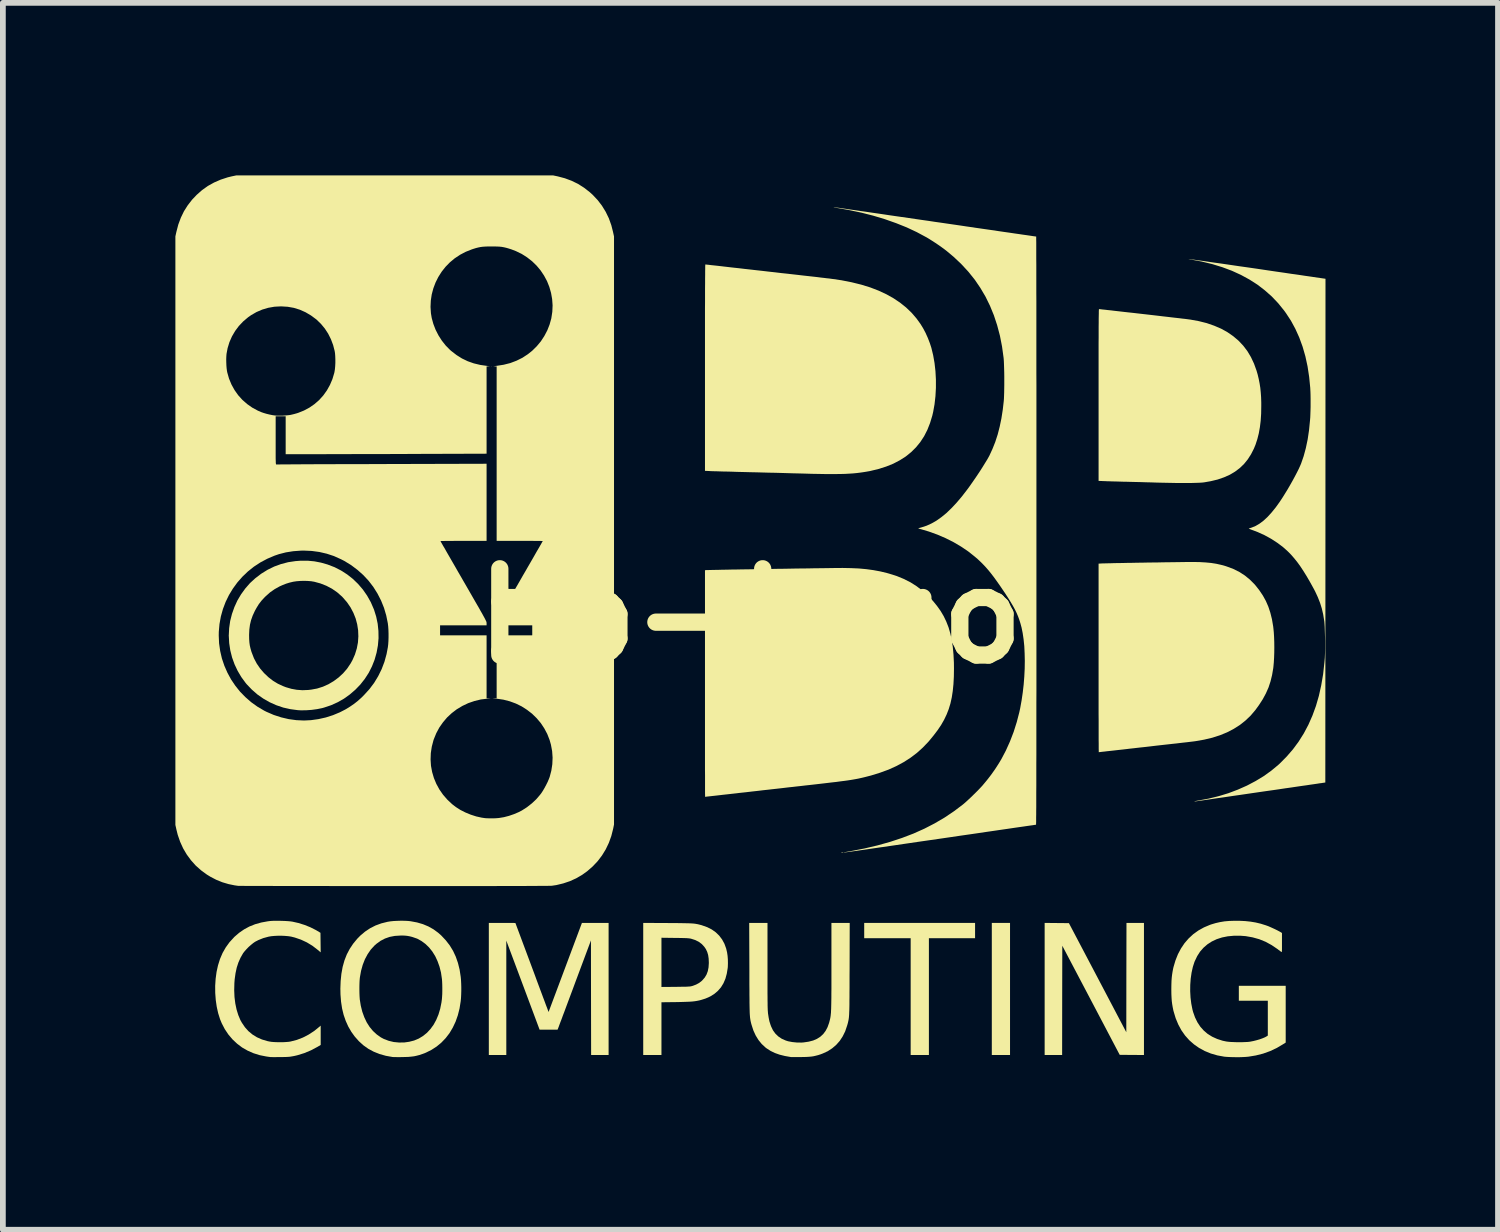
<source format=kicad_pcb>
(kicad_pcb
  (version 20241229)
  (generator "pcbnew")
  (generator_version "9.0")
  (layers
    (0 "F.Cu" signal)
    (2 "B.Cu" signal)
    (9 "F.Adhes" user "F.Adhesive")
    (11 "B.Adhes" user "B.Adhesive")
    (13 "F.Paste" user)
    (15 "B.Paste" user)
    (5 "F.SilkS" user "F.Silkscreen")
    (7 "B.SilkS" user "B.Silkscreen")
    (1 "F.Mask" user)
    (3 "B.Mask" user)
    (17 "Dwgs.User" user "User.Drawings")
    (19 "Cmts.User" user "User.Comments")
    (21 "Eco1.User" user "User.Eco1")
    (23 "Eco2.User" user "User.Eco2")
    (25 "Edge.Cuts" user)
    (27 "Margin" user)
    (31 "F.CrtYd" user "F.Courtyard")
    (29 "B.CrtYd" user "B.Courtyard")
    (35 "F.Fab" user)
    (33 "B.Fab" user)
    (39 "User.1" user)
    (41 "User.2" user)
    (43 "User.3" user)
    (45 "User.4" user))
  (footprint "bb-logo"
    (layer "F.Cu")
    (at 9.999 7.663)
    (property "Reference" "bb-logo" (at 0 0 0) (layer "F.SilkS") (effects (font (size 1.5 1.5) (thickness 0.3))))
    (attr board_only exclude_from_pos_files exclude_from_bom)
    (fp_poly (pts (xy -4.496 -4.344) (xy -4.5 -4.341) (xy -4.503 -4.344) (xy -4.5 -4.348)) (stroke (width 0) (type solid)) (fill yes) (layer "F.SilkS"))
    (fp_poly (pts (xy 1.611 4.116) (xy 1.605 4.12) (xy 1.595 4.121) (xy 1.583 4.12) (xy 1.579 4.119) (xy 1.584 4.116) (xy 1.595 4.113) (xy 1.607 4.113)) (stroke (width 0) (type solid)) (fill yes) (layer "F.SilkS"))
    (fp_poly (pts (xy 4.516 6.486) (xy 4.516 7.634) (xy 4.357 7.634) (xy 4.199 7.634) (xy 4.199 6.486) (xy 4.199 5.337) (xy 4.357 5.337) (xy 4.516 5.337)) (stroke (width 0) (type solid)) (fill yes) (layer "F.SilkS"))
    (fp_poly (pts (xy 3.908 5.47) (xy 3.908 5.603) (xy 3.507 5.603) (xy 3.105 5.603) (xy 3.105 6.618) (xy 3.105 7.634) (xy 2.947 7.634) (xy 2.788 7.634) (xy 2.788 6.618) (xy 2.788 5.603) (xy 2.384 5.603) (xy 1.98 5.603) (xy 1.98 5.47) (xy 1.98 5.337) (xy 2.944 5.337) (xy 3.908 5.337)) (stroke (width 0) (type solid)) (fill yes) (layer "F.SilkS"))
    (fp_poly (pts (xy 5.329 5.339) (xy 5.54 5.341) (xy 6.039 6.289) (xy 6.538 7.238) (xy 6.539 6.288) (xy 6.541 5.337) (xy 6.693 5.337) (xy 6.845 5.337) (xy 6.845 6.486) (xy 6.845 7.634) (xy 6.634 7.633) (xy 6.423 7.631) (xy 5.924 6.682) (xy 5.425 5.734) (xy 5.423 6.684) (xy 5.422 7.634) (xy 5.27 7.634) (xy 5.118 7.634) (xy 5.118 6.486) (xy 5.118 5.337)) (stroke (width 0) (type solid)) (fill yes) (layer "F.SilkS"))
    (fp_poly (pts (xy -2.465 6.486) (xy -2.465 7.634) (xy -2.617 7.634) (xy -2.769 7.634) (xy -2.771 6.638) (xy -2.772 5.641) (xy -3.047 6.377) (xy -3.082 6.472) (xy -3.116 6.563) (xy -3.149 6.651) (xy -3.18 6.734) (xy -3.209 6.812) (xy -3.236 6.885) (xy -3.261 6.95) (xy -3.282 7.008) (xy -3.301 7.057) (xy -3.316 7.097) (xy -3.327 7.127) (xy -3.334 7.147) (xy -3.337 7.154) (xy -3.353 7.194) (xy -3.509 7.194) (xy -3.665 7.194) (xy -3.954 6.42) (xy -4.244 5.645) (xy -4.244 6.64) (xy -4.244 7.634) (xy -4.396 7.634) (xy -4.548 7.634) (xy -4.548 6.486) (xy -4.548 5.337) (xy -4.317 5.337) (xy -4.086 5.338) (xy -3.814 6.067) (xy -3.779 6.161) (xy -3.745 6.252) (xy -3.713 6.34) (xy -3.682 6.423) (xy -3.653 6.501) (xy -3.626 6.573) (xy -3.602 6.638) (xy -3.58 6.696) (xy -3.562 6.745) (xy -3.547 6.785) (xy -3.535 6.815) (xy -3.528 6.835) (xy -3.526 6.841) (xy -3.509 6.886) (xy -3.219 6.112) (xy -2.929 5.337) (xy -2.697 5.337) (xy -2.465 5.337)) (stroke (width 0) (type solid)) (fill yes) (layer "F.SilkS"))
    (fp_poly (pts (xy -1.438 5.339) (xy -1.349 5.34) (xy -1.271 5.34) (xy -1.204 5.341) (xy -1.147 5.342) (xy -1.098 5.343) (xy -1.056 5.344) (xy -1.021 5.346) (xy -0.99 5.348) (xy -0.963 5.351) (xy -0.94 5.355) (xy -0.917 5.359) (xy -0.896 5.364) (xy -0.873 5.37) (xy -0.849 5.376) (xy -0.838 5.38) (xy -0.75 5.411) (xy -0.671 5.451) (xy -0.602 5.5) (xy -0.542 5.558) (xy -0.492 5.624) (xy -0.451 5.699) (xy -0.421 5.781) (xy -0.405 5.849) (xy -0.396 5.908) (xy -0.391 5.973) (xy -0.39 6.04) (xy -0.392 6.103) (xy -0.394 6.122) (xy -0.41 6.22) (xy -0.434 6.308) (xy -0.468 6.387) (xy -0.511 6.457) (xy -0.564 6.518) (xy -0.626 6.571) (xy -0.698 6.616) (xy -0.779 6.652) (xy -0.845 6.673) (xy -0.877 6.682) (xy -0.909 6.689) (xy -0.941 6.695) (xy -0.975 6.7) (xy -1.013 6.704) (xy -1.057 6.707) (xy -1.107 6.709) (xy -1.167 6.711) (xy -1.236 6.713) (xy -1.292 6.714) (xy -1.546 6.717) (xy -1.546 7.176) (xy -1.546 7.634) (xy -1.705 7.634) (xy -1.863 7.634) (xy -1.863 6.485) (xy -1.863 6.023) (xy -1.546 6.023) (xy -1.546 6.451) (xy -1.299 6.449) (xy -1.235 6.448) (xy -1.183 6.447) (xy -1.141 6.447) (xy -1.107 6.446) (xy -1.081 6.444) (xy -1.06 6.443) (xy -1.043 6.441) (xy -1.029 6.439) (xy -1.017 6.435) (xy -1.004 6.432) (xy -1.003 6.432) (xy -0.943 6.409) (xy -0.891 6.381) (xy -0.845 6.345) (xy -0.834 6.334) (xy -0.793 6.287) (xy -0.762 6.235) (xy -0.74 6.176) (xy -0.727 6.11) (xy -0.722 6.036) (xy -0.722 6.027) (xy -0.725 5.957) (xy -0.734 5.896) (xy -0.75 5.842) (xy -0.773 5.793) (xy -0.801 5.752) (xy -0.844 5.705) (xy -0.896 5.666) (xy -0.958 5.635) (xy -1.02 5.615) (xy -1.034 5.611) (xy -1.048 5.608) (xy -1.064 5.606) (xy -1.084 5.604) (xy -1.107 5.602) (xy -1.137 5.601) (xy -1.175 5.6) (xy -1.222 5.599) (xy -1.28 5.598) (xy -1.308 5.598) (xy -1.546 5.595) (xy -1.546 6.023) (xy -1.863 6.023) (xy -1.863 5.337)) (stroke (width 0) (type solid)) (fill yes) (layer "F.SilkS"))
    (fp_poly (pts (xy 6.071 -5.337) (xy 6.092 -5.335) (xy 6.123 -5.331) (xy 6.165 -5.327) (xy 6.215 -5.321) (xy 6.274 -5.315) (xy 6.339 -5.307) (xy 6.411 -5.299) (xy 6.488 -5.29) (xy 6.569 -5.281) (xy 6.653 -5.272) (xy 6.739 -5.262) (xy 6.827 -5.252) (xy 6.915 -5.242) (xy 7.002 -5.232) (xy 7.088 -5.222) (xy 7.171 -5.212) (xy 7.251 -5.203) (xy 7.326 -5.194) (xy 7.396 -5.186) (xy 7.459 -5.179) (xy 7.515 -5.172) (xy 7.562 -5.167) (xy 7.6 -5.162) (xy 7.628 -5.158) (xy 7.645 -5.156) (xy 7.647 -5.156) (xy 7.796 -5.129) (xy 7.936 -5.094) (xy 8.066 -5.049) (xy 8.187 -4.997) (xy 8.297 -4.936) (xy 8.398 -4.866) (xy 8.49 -4.788) (xy 8.572 -4.701) (xy 8.644 -4.606) (xy 8.706 -4.502) (xy 8.759 -4.389) (xy 8.803 -4.267) (xy 8.822 -4.202) (xy 8.841 -4.122) (xy 8.856 -4.046) (xy 8.868 -3.97) (xy 8.876 -3.891) (xy 8.882 -3.808) (xy 8.885 -3.716) (xy 8.885 -3.652) (xy 8.883 -3.519) (xy 8.875 -3.396) (xy 8.861 -3.282) (xy 8.842 -3.176) (xy 8.817 -3.077) (xy 8.786 -2.982) (xy 8.757 -2.911) (xy 8.707 -2.813) (xy 8.65 -2.724) (xy 8.585 -2.644) (xy 8.511 -2.573) (xy 8.429 -2.511) (xy 8.338 -2.457) (xy 8.237 -2.412) (xy 8.127 -2.374) (xy 8.007 -2.345) (xy 7.893 -2.325) (xy 7.858 -2.321) (xy 7.811 -2.318) (xy 7.753 -2.316) (xy 7.685 -2.314) (xy 7.608 -2.313) (xy 7.523 -2.313) (xy 7.432 -2.313) (xy 7.335 -2.315) (xy 7.233 -2.317) (xy 7.13 -2.319) (xy 7.054 -2.321) (xy 6.969 -2.324) (xy 6.879 -2.326) (xy 6.787 -2.329) (xy 6.697 -2.331) (xy 6.613 -2.333) (xy 6.544 -2.335) (xy 6.48 -2.336) (xy 6.415 -2.338) (xy 6.353 -2.34) (xy 6.295 -2.341) (xy 6.244 -2.343) (xy 6.2 -2.344) (xy 6.167 -2.346) (xy 6.154 -2.346) (xy 6.056 -2.35) (xy 6.056 -3.844) (xy 6.056 -4.024) (xy 6.056 -4.192) (xy 6.056 -4.348) (xy 6.056 -4.491) (xy 6.056 -4.622) (xy 6.056 -4.741) (xy 6.057 -4.849) (xy 6.057 -4.945) (xy 6.057 -5.03) (xy 6.058 -5.104) (xy 6.058 -5.168) (xy 6.059 -5.221) (xy 6.06 -5.264) (xy 6.06 -5.297) (xy 6.061 -5.32) (xy 6.062 -5.333) (xy 6.063 -5.337)) (stroke (width 0) (type solid)) (fill yes) (layer "F.SilkS"))
    (fp_poly (pts (xy 7.813 -0.938) (xy 7.916 -0.932) (xy 8.012 -0.923) (xy 8.101 -0.909) (xy 8.186 -0.89) (xy 8.269 -0.867) (xy 8.289 -0.86) (xy 8.401 -0.818) (xy 8.504 -0.766) (xy 8.599 -0.705) (xy 8.686 -0.634) (xy 8.767 -0.553) (xy 8.781 -0.537) (xy 8.852 -0.447) (xy 8.913 -0.356) (xy 8.965 -0.262) (xy 9.008 -0.163) (xy 9.043 -0.057) (xy 9.071 0.056) (xy 9.092 0.179) (xy 9.096 0.212) (xy 9.103 0.284) (xy 9.108 0.365) (xy 9.111 0.453) (xy 9.112 0.544) (xy 9.111 0.637) (xy 9.108 0.726) (xy 9.103 0.81) (xy 9.096 0.886) (xy 9.093 0.91) (xy 9.073 1.027) (xy 9.046 1.137) (xy 9.011 1.243) (xy 8.966 1.345) (xy 8.911 1.447) (xy 8.845 1.549) (xy 8.781 1.637) (xy 8.7 1.732) (xy 8.611 1.817) (xy 8.514 1.894) (xy 8.407 1.962) (xy 8.292 2.022) (xy 8.168 2.073) (xy 8.034 2.116) (xy 7.891 2.15) (xy 7.737 2.177) (xy 7.735 2.177) (xy 7.714 2.18) (xy 7.681 2.184) (xy 7.639 2.189) (xy 7.59 2.195) (xy 7.534 2.201) (xy 7.473 2.208) (xy 7.409 2.216) (xy 7.35 2.222) (xy 7.288 2.229) (xy 7.216 2.237) (xy 7.135 2.246) (xy 7.047 2.256) (xy 6.955 2.267) (xy 6.86 2.278) (xy 6.765 2.288) (xy 6.671 2.299) (xy 6.58 2.309) (xy 6.549 2.313) (xy 6.471 2.322) (xy 6.397 2.33) (xy 6.328 2.338) (xy 6.264 2.345) (xy 6.207 2.351) (xy 6.158 2.357) (xy 6.118 2.361) (xy 6.087 2.365) (xy 6.067 2.367) (xy 6.059 2.368) (xy 6.059 2.368) (xy 6.059 2.362) (xy 6.059 2.343) (xy 6.058 2.312) (xy 6.058 2.27) (xy 6.058 2.217) (xy 6.057 2.155) (xy 6.057 2.082) (xy 6.057 2) (xy 6.057 1.91) (xy 6.057 1.812) (xy 6.056 1.706) (xy 6.056 1.593) (xy 6.056 1.474) (xy 6.056 1.349) (xy 6.056 1.218) (xy 6.056 1.083) (xy 6.056 0.944) (xy 6.056 0.801) (xy 6.056 0.728) (xy 6.056 -0.911) (xy 6.128 -0.915) (xy 6.148 -0.915) (xy 6.179 -0.916) (xy 6.22 -0.917) (xy 6.272 -0.918) (xy 6.332 -0.92) (xy 6.4 -0.921) (xy 6.475 -0.922) (xy 6.555 -0.924) (xy 6.639 -0.925) (xy 6.727 -0.927) (xy 6.817 -0.928) (xy 6.909 -0.93) (xy 7 -0.931) (xy 7.091 -0.932) (xy 7.18 -0.934) (xy 7.266 -0.935) (xy 7.347 -0.936) (xy 7.424 -0.937) (xy 7.495 -0.938) (xy 7.558 -0.939) (xy 7.613 -0.939) (xy 7.658 -0.94) (xy 7.694 -0.94) (xy 7.699 -0.94)) (stroke (width 0) (type solid)) (fill yes) (layer "F.SilkS"))
    (fp_poly (pts (xy -8.154 5.301) (xy -8.098 5.303) (xy -8.045 5.306) (xy -8 5.31) (xy -7.964 5.315) (xy -7.858 5.339) (xy -7.753 5.372) (xy -7.653 5.412) (xy -7.56 5.459) (xy -7.544 5.468) (xy -7.476 5.509) (xy -7.474 5.679) (xy -7.472 5.849) (xy -7.523 5.806) (xy -7.615 5.735) (xy -7.712 5.676) (xy -7.815 5.628) (xy -7.923 5.591) (xy -7.987 5.575) (xy -8.033 5.568) (xy -8.089 5.563) (xy -8.15 5.56) (xy -8.213 5.56) (xy -8.275 5.563) (xy -8.331 5.568) (xy -8.378 5.576) (xy -8.47 5.601) (xy -8.555 5.635) (xy -8.613 5.665) (xy -8.646 5.688) (xy -8.684 5.719) (xy -8.724 5.754) (xy -8.761 5.792) (xy -8.794 5.829) (xy -8.82 5.862) (xy -8.822 5.865) (xy -8.866 5.942) (xy -8.903 6.025) (xy -8.932 6.114) (xy -8.953 6.211) (xy -8.968 6.318) (xy -8.973 6.386) (xy -8.976 6.509) (xy -8.971 6.626) (xy -8.957 6.738) (xy -8.935 6.843) (xy -8.905 6.94) (xy -8.868 7.028) (xy -8.842 7.074) (xy -8.789 7.152) (xy -8.728 7.22) (xy -8.658 7.278) (xy -8.58 7.326) (xy -8.494 7.364) (xy -8.4 7.392) (xy -8.367 7.399) (xy -8.33 7.405) (xy -8.283 7.409) (xy -8.231 7.411) (xy -8.175 7.411) (xy -8.12 7.411) (xy -8.068 7.408) (xy -8.023 7.404) (xy -7.994 7.399) (xy -7.886 7.371) (xy -7.78 7.33) (xy -7.68 7.278) (xy -7.585 7.216) (xy -7.524 7.167) (xy -7.472 7.123) (xy -7.472 7.291) (xy -7.472 7.459) (xy -7.527 7.492) (xy -7.64 7.552) (xy -7.757 7.601) (xy -7.88 7.639) (xy -7.932 7.651) (xy -7.959 7.656) (xy -7.983 7.66) (xy -8.007 7.664) (xy -8.033 7.666) (xy -8.063 7.668) (xy -8.1 7.669) (xy -8.147 7.67) (xy -8.174 7.67) (xy -8.22 7.67) (xy -8.261 7.671) (xy -8.298 7.671) (xy -8.326 7.67) (xy -8.345 7.67) (xy -8.352 7.669) (xy -8.367 7.667) (xy -8.389 7.664) (xy -8.415 7.66) (xy -8.417 7.66) (xy -8.532 7.637) (xy -8.641 7.603) (xy -8.743 7.558) (xy -8.839 7.503) (xy -8.926 7.437) (xy -9.006 7.362) (xy -9.078 7.277) (xy -9.14 7.184) (xy -9.193 7.082) (xy -9.222 7.012) (xy -9.255 6.907) (xy -9.28 6.795) (xy -9.297 6.677) (xy -9.306 6.555) (xy -9.307 6.432) (xy -9.299 6.309) (xy -9.283 6.19) (xy -9.258 6.076) (xy -9.223 5.964) (xy -9.178 5.859) (xy -9.123 5.763) (xy -9.058 5.673) (xy -8.982 5.59) (xy -8.974 5.581) (xy -8.892 5.51) (xy -8.805 5.45) (xy -8.713 5.4) (xy -8.613 5.36) (xy -8.506 5.33) (xy -8.391 5.309) (xy -8.352 5.304) (xy -8.312 5.301) (xy -8.264 5.3) (xy -8.21 5.3)) (stroke (width 0) (type solid)) (fill yes) (layer "F.SilkS"))
    (fp_poly (pts (xy -0.775 -6.113) (xy -0.756 -6.111) (xy -0.726 -6.108) (xy -0.687 -6.103) (xy -0.639 -6.098) (xy -0.583 -6.092) (xy -0.521 -6.085) (xy -0.454 -6.077) (xy -0.383 -6.069) (xy -0.351 -6.065) (xy -0.279 -6.057) (xy -0.195 -6.048) (xy -0.103 -6.037) (xy -0.003 -6.026) (xy 0.102 -6.014) (xy 0.211 -6.002) (xy 0.321 -5.989) (xy 0.431 -5.977) (xy 0.539 -5.964) (xy 0.644 -5.953) (xy 0.705 -5.946) (xy 0.82 -5.933) (xy 0.922 -5.921) (xy 1.013 -5.911) (xy 1.094 -5.902) (xy 1.165 -5.894) (xy 1.227 -5.886) (xy 1.281 -5.88) (xy 1.328 -5.874) (xy 1.369 -5.87) (xy 1.404 -5.865) (xy 1.435 -5.861) (xy 1.462 -5.858) (xy 1.485 -5.855) (xy 1.506 -5.851) (xy 1.526 -5.848) (xy 1.545 -5.845) (xy 1.564 -5.842) (xy 1.585 -5.839) (xy 1.585 -5.839) (xy 1.762 -5.804) (xy 1.928 -5.763) (xy 2.084 -5.715) (xy 2.229 -5.659) (xy 2.363 -5.597) (xy 2.488 -5.527) (xy 2.603 -5.45) (xy 2.708 -5.366) (xy 2.804 -5.274) (xy 2.89 -5.174) (xy 2.958 -5.08) (xy 3.003 -5.007) (xy 3.047 -4.924) (xy 3.087 -4.835) (xy 3.122 -4.744) (xy 3.148 -4.664) (xy 3.179 -4.536) (xy 3.203 -4.4) (xy 3.219 -4.258) (xy 3.227 -4.113) (xy 3.227 -3.967) (xy 3.219 -3.823) (xy 3.203 -3.682) (xy 3.179 -3.548) (xy 3.164 -3.484) (xy 3.125 -3.356) (xy 3.078 -3.237) (xy 3.022 -3.127) (xy 2.956 -3.026) (xy 2.881 -2.934) (xy 2.796 -2.85) (xy 2.702 -2.774) (xy 2.598 -2.708) (xy 2.485 -2.649) (xy 2.361 -2.599) (xy 2.228 -2.557) (xy 2.084 -2.522) (xy 2.074 -2.52) (xy 2.017 -2.51) (xy 1.961 -2.501) (xy 1.904 -2.493) (xy 1.846 -2.486) (xy 1.784 -2.48) (xy 1.719 -2.476) (xy 1.649 -2.472) (xy 1.573 -2.47) (xy 1.49 -2.469) (xy 1.4 -2.469) (xy 1.301 -2.469) (xy 1.192 -2.471) (xy 1.072 -2.473) (xy 0.941 -2.477) (xy 0.906 -2.478) (xy 0.828 -2.48) (xy 0.739 -2.482) (xy 0.642 -2.485) (xy 0.539 -2.488) (xy 0.432 -2.491) (xy 0.322 -2.493) (xy 0.213 -2.496) (xy 0.106 -2.499) (xy 0.004 -2.501) (xy -0.068 -2.503) (xy -0.153 -2.505) (xy -0.237 -2.507) (xy -0.317 -2.51) (xy -0.393 -2.512) (xy -0.464 -2.513) (xy -0.528 -2.515) (xy -0.584 -2.517) (xy -0.631 -2.518) (xy -0.669 -2.519) (xy -0.695 -2.52) (xy -0.704 -2.521) (xy -0.789 -2.525) (xy -0.789 -4.319) (xy -0.789 -4.522) (xy -0.789 -4.713) (xy -0.789 -4.891) (xy -0.789 -5.056) (xy -0.789 -5.208) (xy -0.789 -5.349) (xy -0.788 -5.477) (xy -0.788 -5.593) (xy -0.788 -5.697) (xy -0.787 -5.789) (xy -0.787 -5.869) (xy -0.786 -5.938) (xy -0.786 -5.995) (xy -0.785 -6.041) (xy -0.785 -6.076) (xy -0.784 -6.099) (xy -0.783 -6.112) (xy -0.783 -6.114)) (stroke (width 0) (type solid)) (fill yes) (layer "F.SilkS"))
    (fp_poly (pts (xy 0.298 6.083) (xy 0.298 6.202) (xy 0.298 6.308) (xy 0.298 6.403) (xy 0.298 6.487) (xy 0.298 6.561) (xy 0.299 6.626) (xy 0.299 6.683) (xy 0.3 6.731) (xy 0.3 6.773) (xy 0.301 6.808) (xy 0.302 6.837) (xy 0.303 6.861) (xy 0.305 6.882) (xy 0.306 6.899) (xy 0.307 6.91) (xy 0.318 6.982) (xy 0.331 7.047) (xy 0.35 7.107) (xy 0.361 7.137) (xy 0.393 7.204) (xy 0.435 7.262) (xy 0.487 7.312) (xy 0.547 7.352) (xy 0.615 7.382) (xy 0.656 7.395) (xy 0.73 7.409) (xy 0.809 7.417) (xy 0.888 7.418) (xy 0.928 7.415) (xy 1.015 7.402) (xy 1.092 7.382) (xy 1.159 7.353) (xy 1.217 7.316) (xy 1.267 7.27) (xy 1.309 7.214) (xy 1.343 7.149) (xy 1.37 7.073) (xy 1.378 7.042) (xy 1.383 7.023) (xy 1.387 7.005) (xy 1.391 6.987) (xy 1.394 6.968) (xy 1.397 6.947) (xy 1.399 6.924) (xy 1.402 6.898) (xy 1.403 6.868) (xy 1.405 6.833) (xy 1.406 6.793) (xy 1.407 6.747) (xy 1.408 6.693) (xy 1.409 6.632) (xy 1.409 6.563) (xy 1.41 6.484) (xy 1.41 6.396) (xy 1.41 6.296) (xy 1.41 6.185) (xy 1.41 6.086) (xy 1.41 5.337) (xy 1.569 5.337) (xy 1.728 5.337) (xy 1.726 6.132) (xy 1.725 6.253) (xy 1.725 6.363) (xy 1.725 6.461) (xy 1.724 6.548) (xy 1.724 6.625) (xy 1.723 6.693) (xy 1.723 6.753) (xy 1.722 6.806) (xy 1.721 6.851) (xy 1.719 6.89) (xy 1.718 6.924) (xy 1.716 6.954) (xy 1.714 6.979) (xy 1.711 7.002) (xy 1.708 7.022) (xy 1.704 7.041) (xy 1.7 7.059) (xy 1.696 7.077) (xy 1.691 7.095) (xy 1.685 7.116) (xy 1.681 7.128) (xy 1.649 7.223) (xy 1.606 7.31) (xy 1.555 7.388) (xy 1.494 7.457) (xy 1.424 7.517) (xy 1.346 7.568) (xy 1.259 7.608) (xy 1.222 7.622) (xy 1.179 7.636) (xy 1.14 7.646) (xy 1.102 7.655) (xy 1.063 7.661) (xy 1.019 7.665) (xy 0.969 7.668) (xy 0.91 7.669) (xy 0.88 7.67) (xy 0.835 7.67) (xy 0.793 7.67) (xy 0.757 7.67) (xy 0.728 7.67) (xy 0.709 7.67) (xy 0.702 7.669) (xy 0.6 7.651) (xy 0.508 7.628) (xy 0.426 7.599) (xy 0.352 7.563) (xy 0.285 7.52) (xy 0.26 7.501) (xy 0.197 7.442) (xy 0.141 7.373) (xy 0.093 7.295) (xy 0.053 7.208) (xy 0.023 7.115) (xy 0.017 7.095) (xy 0.012 7.076) (xy 0.008 7.059) (xy 0.004 7.042) (xy 0.001 7.025) (xy -0.002 7.006) (xy -0.005 6.985) (xy -0.007 6.962) (xy -0.009 6.935) (xy -0.011 6.903) (xy -0.012 6.867) (xy -0.013 6.825) (xy -0.014 6.777) (xy -0.015 6.721) (xy -0.015 6.657) (xy -0.016 6.584) (xy -0.016 6.502) (xy -0.017 6.409) (xy -0.017 6.305) (xy -0.017 6.19) (xy -0.017 6.135) (xy -0.02 5.337) (xy 0.139 5.337) (xy 0.298 5.337)) (stroke (width 0) (type solid)) (fill yes) (layer "F.SilkS"))
    (fp_poly (pts (xy -7.698 -0.962) (xy -7.582 -0.951) (xy -7.468 -0.929) (xy -7.352 -0.896) (xy -7.35 -0.895) (xy -7.23 -0.849) (xy -7.117 -0.791) (xy -7.011 -0.723) (xy -6.912 -0.645) (xy -6.821 -0.557) (xy -6.738 -0.46) (xy -6.665 -0.355) (xy -6.601 -0.241) (xy -6.596 -0.23) (xy -6.545 -0.112) (xy -6.507 0.01) (xy -6.481 0.134) (xy -6.468 0.259) (xy -6.466 0.386) (xy -6.477 0.512) (xy -6.5 0.637) (xy -6.535 0.761) (xy -6.58 0.875) (xy -6.637 0.988) (xy -6.705 1.093) (xy -6.783 1.192) (xy -6.87 1.282) (xy -6.965 1.364) (xy -7.067 1.437) (xy -7.176 1.499) (xy -7.291 1.551) (xy -7.41 1.591) (xy -7.445 1.601) (xy -7.533 1.619) (xy -7.628 1.632) (xy -7.724 1.639) (xy -7.818 1.64) (xy -7.87 1.637) (xy -7.998 1.62) (xy -8.123 1.592) (xy -8.244 1.551) (xy -8.36 1.499) (xy -8.47 1.436) (xy -8.574 1.363) (xy -8.67 1.279) (xy -8.759 1.186) (xy -8.778 1.163) (xy -8.852 1.062) (xy -8.916 0.954) (xy -8.97 0.84) (xy -9.013 0.721) (xy -9.044 0.598) (xy -9.063 0.473) (xy -9.07 0.348) (xy -9.071 0.341) (xy -9.07 0.333) (xy -8.717 0.333) (xy -8.716 0.4) (xy -8.712 0.458) (xy -8.705 0.511) (xy -8.693 0.563) (xy -8.677 0.619) (xy -8.672 0.633) (xy -8.633 0.734) (xy -8.584 0.827) (xy -8.525 0.913) (xy -8.457 0.992) (xy -8.38 1.065) (xy -8.301 1.126) (xy -8.217 1.177) (xy -8.126 1.219) (xy -8.077 1.238) (xy -7.981 1.266) (xy -7.887 1.283) (xy -7.79 1.29) (xy -7.689 1.286) (xy -7.637 1.28) (xy -7.534 1.261) (xy -7.433 1.229) (xy -7.337 1.186) (xy -7.246 1.132) (xy -7.161 1.069) (xy -7.083 0.997) (xy -7.013 0.916) (xy -6.953 0.827) (xy -6.92 0.768) (xy -6.876 0.668) (xy -6.844 0.564) (xy -6.824 0.459) (xy -6.817 0.354) (xy -6.821 0.249) (xy -6.837 0.145) (xy -6.864 0.043) (xy -6.903 -0.055) (xy -6.953 -0.15) (xy -7.014 -0.239) (xy -7.086 -0.322) (xy -7.102 -0.339) (xy -7.185 -0.412) (xy -7.276 -0.475) (xy -7.373 -0.526) (xy -7.477 -0.567) (xy -7.584 -0.596) (xy -7.637 -0.605) (xy -7.698 -0.61) (xy -7.764 -0.612) (xy -7.829 -0.61) (xy -7.891 -0.605) (xy -7.945 -0.597) (xy -7.951 -0.596) (xy -8.017 -0.58) (xy -8.075 -0.562) (xy -8.131 -0.54) (xy -8.187 -0.515) (xy -8.273 -0.467) (xy -8.352 -0.412) (xy -8.427 -0.345) (xy -8.44 -0.333) (xy -8.498 -0.271) (xy -8.547 -0.208) (xy -8.589 -0.14) (xy -8.617 -0.089) (xy -8.655 -0.007) (xy -8.683 0.072) (xy -8.702 0.151) (xy -8.713 0.235) (xy -8.717 0.326) (xy -8.717 0.333) (xy -9.07 0.333) (xy -9.064 0.212) (xy -9.046 0.086) (xy -9.015 -0.036) (xy -8.973 -0.155) (xy -8.921 -0.269) (xy -8.857 -0.377) (xy -8.784 -0.478) (xy -8.701 -0.573) (xy -8.608 -0.658) (xy -8.507 -0.735) (xy -8.504 -0.737) (xy -8.394 -0.805) (xy -8.279 -0.861) (xy -8.161 -0.904) (xy -8.038 -0.936) (xy -7.911 -0.955) (xy -7.819 -0.962)) (stroke (width 0) (type solid)) (fill yes) (layer "F.SilkS"))
    (fp_poly (pts (xy 1.749 -0.833) (xy 1.887 -0.827) (xy 2.017 -0.815) (xy 2.14 -0.798) (xy 2.259 -0.776) (xy 2.375 -0.748) (xy 2.414 -0.737) (xy 2.547 -0.695) (xy 2.67 -0.644) (xy 2.785 -0.586) (xy 2.892 -0.518) (xy 2.993 -0.441) (xy 3.09 -0.353) (xy 3.096 -0.346) (xy 3.176 -0.262) (xy 3.246 -0.176) (xy 3.308 -0.089) (xy 3.362 0.002) (xy 3.408 0.098) (xy 3.447 0.198) (xy 3.478 0.305) (xy 3.503 0.419) (xy 3.521 0.541) (xy 3.533 0.673) (xy 3.54 0.814) (xy 3.541 0.915) (xy 3.539 1.055) (xy 3.532 1.184) (xy 3.52 1.304) (xy 3.503 1.415) (xy 3.48 1.519) (xy 3.45 1.618) (xy 3.413 1.713) (xy 3.369 1.805) (xy 3.317 1.896) (xy 3.256 1.986) (xy 3.186 2.078) (xy 3.108 2.173) (xy 3.095 2.188) (xy 2.999 2.288) (xy 2.897 2.38) (xy 2.786 2.464) (xy 2.668 2.54) (xy 2.54 2.609) (xy 2.403 2.671) (xy 2.255 2.725) (xy 2.097 2.774) (xy 2.042 2.788) (xy 2 2.799) (xy 1.959 2.809) (xy 1.919 2.818) (xy 1.879 2.827) (xy 1.837 2.835) (xy 1.792 2.843) (xy 1.744 2.851) (xy 1.692 2.859) (xy 1.634 2.867) (xy 1.569 2.875) (xy 1.496 2.885) (xy 1.415 2.894) (xy 1.323 2.905) (xy 1.221 2.917) (xy 1.126 2.928) (xy 1.037 2.938) (xy 0.954 2.947) (xy 0.878 2.956) (xy 0.805 2.964) (xy 0.736 2.972) (xy 0.668 2.979) (xy 0.601 2.987) (xy 0.533 2.995) (xy 0.463 3.003) (xy 0.39 3.011) (xy 0.311 3.02) (xy 0.227 3.029) (xy 0.136 3.04) (xy 0.036 3.051) (xy -0.074 3.064) (xy -0.195 3.077) (xy -0.243 3.083) (xy -0.325 3.092) (xy -0.404 3.101) (xy -0.478 3.109) (xy -0.546 3.117) (xy -0.607 3.124) (xy -0.662 3.13) (xy -0.707 3.135) (xy -0.744 3.139) (xy -0.769 3.142) (xy -0.784 3.144) (xy -0.787 3.144) (xy -0.787 3.138) (xy -0.787 3.119) (xy -0.788 3.088) (xy -0.788 3.046) (xy -0.788 2.993) (xy -0.788 2.929) (xy -0.788 2.856) (xy -0.788 2.773) (xy -0.789 2.681) (xy -0.789 2.58) (xy -0.789 2.472) (xy -0.789 2.356) (xy -0.789 2.233) (xy -0.789 2.103) (xy -0.789 1.968) (xy -0.789 1.827) (xy -0.789 1.681) (xy -0.789 1.531) (xy -0.789 1.376) (xy -0.789 1.218) (xy -0.789 1.174) (xy -0.789 -0.796) (xy -0.775 -0.798) (xy -0.766 -0.799) (xy -0.746 -0.799) (xy -0.714 -0.8) (xy -0.672 -0.801) (xy -0.62 -0.802) (xy -0.558 -0.803) (xy -0.489 -0.805) (xy -0.412 -0.806) (xy -0.329 -0.808) (xy -0.239 -0.809) (xy -0.145 -0.811) (xy -0.046 -0.812) (xy 0.056 -0.814) (xy 0.161 -0.816) (xy 0.267 -0.817) (xy 0.375 -0.819) (xy 0.484 -0.821) (xy 0.591 -0.822) (xy 0.698 -0.824) (xy 0.803 -0.826) (xy 0.904 -0.827) (xy 1.003 -0.828) (xy 1.097 -0.83) (xy 1.185 -0.831) (xy 1.268 -0.832) (xy 1.344 -0.833) (xy 1.412 -0.834) (xy 1.473 -0.835) (xy 1.524 -0.835) (xy 1.565 -0.835) (xy 1.595 -0.836) (xy 1.601 -0.836)) (stroke (width 0) (type solid)) (fill yes) (layer "F.SilkS"))
    (fp_poly (pts (xy 8.503 5.3) (xy 8.606 5.305) (xy 8.7 5.315) (xy 8.789 5.33) (xy 8.877 5.351) (xy 8.966 5.379) (xy 8.977 5.383) (xy 9.005 5.393) (xy 9.04 5.408) (xy 9.08 5.426) (xy 9.121 5.445) (xy 9.16 5.464) (xy 9.194 5.482) (xy 9.22 5.496) (xy 9.224 5.499) (xy 9.245 5.512) (xy 9.245 5.681) (xy 9.245 5.732) (xy 9.245 5.772) (xy 9.245 5.801) (xy 9.244 5.821) (xy 9.243 5.834) (xy 9.241 5.841) (xy 9.238 5.844) (xy 9.235 5.843) (xy 9.233 5.841) (xy 9.223 5.834) (xy 9.206 5.82) (xy 9.183 5.804) (xy 9.168 5.792) (xy 9.066 5.723) (xy 8.96 5.665) (xy 8.849 5.62) (xy 8.734 5.588) (xy 8.615 5.567) (xy 8.524 5.56) (xy 8.409 5.56) (xy 8.302 5.57) (xy 8.202 5.59) (xy 8.11 5.62) (xy 8.025 5.66) (xy 7.949 5.709) (xy 7.881 5.768) (xy 7.821 5.836) (xy 7.771 5.914) (xy 7.73 6) (xy 7.724 6.013) (xy 7.695 6.103) (xy 7.673 6.202) (xy 7.658 6.306) (xy 7.65 6.415) (xy 7.649 6.525) (xy 7.655 6.635) (xy 7.668 6.741) (xy 7.688 6.842) (xy 7.699 6.884) (xy 7.733 6.98) (xy 7.775 7.066) (xy 7.826 7.143) (xy 7.886 7.21) (xy 7.954 7.268) (xy 8.032 7.316) (xy 8.118 7.355) (xy 8.214 7.386) (xy 8.276 7.399) (xy 8.306 7.403) (xy 8.347 7.407) (xy 8.396 7.409) (xy 8.448 7.411) (xy 8.503 7.411) (xy 8.557 7.411) (xy 8.607 7.409) (xy 8.651 7.407) (xy 8.686 7.403) (xy 8.692 7.402) (xy 8.748 7.391) (xy 8.804 7.377) (xy 8.859 7.361) (xy 8.909 7.343) (xy 8.951 7.325) (xy 8.983 7.307) (xy 8.999 7.296) (xy 8.999 6.993) (xy 8.999 6.69) (xy 8.747 6.69) (xy 8.495 6.69) (xy 8.495 6.56) (xy 8.495 6.431) (xy 8.902 6.431) (xy 9.31 6.431) (xy 9.31 6.924) (xy 9.31 7.418) (xy 9.269 7.444) (xy 9.156 7.511) (xy 9.039 7.566) (xy 8.917 7.61) (xy 8.79 7.642) (xy 8.663 7.663) (xy 8.619 7.667) (xy 8.565 7.67) (xy 8.506 7.672) (xy 8.444 7.672) (xy 8.383 7.671) (xy 8.325 7.669) (xy 8.275 7.666) (xy 8.242 7.663) (xy 8.122 7.641) (xy 8.008 7.608) (xy 7.903 7.565) (xy 7.805 7.512) (xy 7.715 7.449) (xy 7.633 7.377) (xy 7.56 7.295) (xy 7.496 7.204) (xy 7.442 7.104) (xy 7.397 6.996) (xy 7.362 6.88) (xy 7.356 6.858) (xy 7.345 6.803) (xy 7.336 6.751) (xy 7.329 6.698) (xy 7.325 6.641) (xy 7.322 6.577) (xy 7.321 6.504) (xy 7.321 6.486) (xy 7.322 6.412) (xy 7.324 6.348) (xy 7.328 6.291) (xy 7.334 6.239) (xy 7.342 6.187) (xy 7.352 6.134) (xy 7.359 6.104) (xy 7.393 5.989) (xy 7.436 5.881) (xy 7.489 5.781) (xy 7.551 5.689) (xy 7.622 5.607) (xy 7.702 5.533) (xy 7.791 5.469) (xy 7.888 5.415) (xy 7.992 5.371) (xy 8.015 5.363) (xy 8.092 5.34) (xy 8.167 5.323) (xy 8.245 5.31) (xy 8.326 5.303) (xy 8.415 5.3)) (stroke (width 0) (type solid)) (fill yes) (layer "F.SilkS"))
    (fp_poly (pts (xy -6.009 5.3) (xy -5.951 5.303) (xy -5.907 5.308) (xy -5.795 5.329) (xy -5.693 5.359) (xy -5.598 5.399) (xy -5.511 5.448) (xy -5.429 5.508) (xy -5.375 5.556) (xy -5.296 5.64) (xy -5.228 5.728) (xy -5.17 5.823) (xy -5.123 5.924) (xy -5.085 6.033) (xy -5.056 6.15) (xy -5.037 6.274) (xy -5.032 6.326) (xy -5.029 6.386) (xy -5.027 6.452) (xy -5.027 6.52) (xy -5.029 6.586) (xy -5.032 6.646) (xy -5.037 6.697) (xy -5.057 6.824) (xy -5.087 6.943) (xy -5.126 7.054) (xy -5.175 7.158) (xy -5.232 7.254) (xy -5.299 7.341) (xy -5.373 7.418) (xy -5.456 7.487) (xy -5.546 7.545) (xy -5.644 7.594) (xy -5.705 7.617) (xy -5.755 7.634) (xy -5.801 7.646) (xy -5.846 7.656) (xy -5.894 7.662) (xy -5.947 7.667) (xy -6.008 7.669) (xy -6.056 7.67) (xy -6.099 7.671) (xy -6.139 7.671) (xy -6.173 7.67) (xy -6.2 7.67) (xy -6.217 7.669) (xy -6.221 7.669) (xy -6.339 7.648) (xy -6.449 7.617) (xy -6.551 7.576) (xy -6.644 7.526) (xy -6.73 7.465) (xy -6.808 7.394) (xy -6.88 7.313) (xy -6.939 7.231) (xy -6.993 7.138) (xy -7.037 7.04) (xy -7.073 6.936) (xy -7.1 6.825) (xy -7.118 6.706) (xy -7.128 6.578) (xy -7.129 6.509) (xy -6.799 6.509) (xy -6.798 6.564) (xy -6.796 6.614) (xy -6.793 6.656) (xy -6.793 6.662) (xy -6.775 6.775) (xy -6.749 6.88) (xy -6.714 6.977) (xy -6.672 7.066) (xy -6.621 7.146) (xy -6.563 7.216) (xy -6.497 7.277) (xy -6.425 7.328) (xy -6.372 7.356) (xy -6.29 7.387) (xy -6.203 7.408) (xy -6.111 7.417) (xy -6.018 7.416) (xy -5.933 7.404) (xy -5.847 7.382) (xy -5.766 7.348) (xy -5.692 7.303) (xy -5.624 7.248) (xy -5.563 7.182) (xy -5.509 7.108) (xy -5.463 7.024) (xy -5.424 6.931) (xy -5.394 6.831) (xy -5.372 6.722) (xy -5.364 6.662) (xy -5.361 6.623) (xy -5.358 6.574) (xy -5.357 6.52) (xy -5.357 6.463) (xy -5.358 6.408) (xy -5.36 6.358) (xy -5.363 6.316) (xy -5.364 6.309) (xy -5.38 6.2) (xy -5.406 6.097) (xy -5.44 6.002) (xy -5.481 5.914) (xy -5.531 5.834) (xy -5.587 5.764) (xy -5.65 5.703) (xy -5.719 5.652) (xy -5.793 5.611) (xy -5.874 5.583) (xy -5.891 5.578) (xy -5.929 5.569) (xy -5.962 5.563) (xy -5.995 5.559) (xy -6.03 5.557) (xy -6.074 5.557) (xy -6.088 5.557) (xy -6.183 5.563) (xy -6.272 5.58) (xy -6.355 5.609) (xy -6.432 5.649) (xy -6.503 5.701) (xy -6.537 5.731) (xy -6.601 5.801) (xy -6.656 5.881) (xy -6.703 5.969) (xy -6.741 6.066) (xy -6.77 6.17) (xy -6.79 6.282) (xy -6.793 6.309) (xy -6.796 6.349) (xy -6.798 6.398) (xy -6.799 6.452) (xy -6.799 6.509) (xy -7.129 6.509) (xy -7.13 6.486) (xy -7.125 6.349) (xy -7.112 6.221) (xy -7.09 6.101) (xy -7.059 5.99) (xy -7.018 5.885) (xy -6.967 5.788) (xy -6.907 5.698) (xy -6.837 5.613) (xy -6.781 5.556) (xy -6.7 5.488) (xy -6.613 5.43) (xy -6.519 5.382) (xy -6.418 5.345) (xy -6.31 5.318) (xy -6.261 5.31) (xy -6.203 5.304) (xy -6.139 5.301) (xy -6.073 5.299)) (stroke (width 0) (type solid)) (fill yes) (layer "F.SilkS"))
    (fp_poly (pts (xy 7.63 -6.208) (xy 7.649 -6.206) (xy 7.679 -6.201) (xy 7.721 -6.196) (xy 7.773 -6.188) (xy 7.835 -6.18) (xy 7.906 -6.17) (xy 7.986 -6.158) (xy 8.075 -6.145) (xy 8.171 -6.132) (xy 8.274 -6.117) (xy 8.383 -6.101) (xy 8.498 -6.084) (xy 8.619 -6.067) (xy 8.745 -6.049) (xy 8.874 -6.03) (xy 9.007 -6.01) (xy 9.143 -5.99) (xy 9.282 -5.97) (xy 9.422 -5.949) (xy 9.423 -5.949) (xy 9.469 -5.943) (xy 9.524 -5.935) (xy 9.585 -5.926) (xy 9.65 -5.916) (xy 9.714 -5.907) (xy 9.776 -5.898) (xy 9.787 -5.896) (xy 10.002 -5.865) (xy 10.001 -1.485) (xy 9.999 2.895) (xy 9.967 2.9) (xy 9.957 2.901) (xy 9.935 2.905) (xy 9.901 2.909) (xy 9.857 2.916) (xy 9.803 2.924) (xy 9.739 2.933) (xy 9.667 2.944) (xy 9.587 2.955) (xy 9.499 2.968) (xy 9.405 2.982) (xy 9.305 2.996) (xy 9.199 3.012) (xy 9.089 3.028) (xy 8.975 3.044) (xy 8.857 3.061) (xy 8.844 3.063) (xy 8.727 3.08) (xy 8.612 3.097) (xy 8.502 3.113) (xy 8.397 3.128) (xy 8.297 3.143) (xy 8.202 3.157) (xy 8.115 3.169) (xy 8.035 3.181) (xy 7.962 3.192) (xy 7.899 3.201) (xy 7.845 3.209) (xy 7.8 3.215) (xy 7.767 3.22) (xy 7.745 3.223) (xy 7.735 3.225) (xy 7.735 3.225) (xy 7.723 3.226) (xy 7.724 3.223) (xy 7.725 3.223) (xy 7.736 3.219) (xy 7.755 3.215) (xy 7.78 3.21) (xy 7.786 3.209) (xy 7.967 3.176) (xy 8.143 3.133) (xy 8.314 3.081) (xy 8.478 3.019) (xy 8.636 2.949) (xy 8.786 2.87) (xy 8.928 2.784) (xy 9.06 2.689) (xy 9.183 2.587) (xy 9.207 2.565) (xy 9.326 2.445) (xy 9.436 2.318) (xy 9.535 2.184) (xy 9.625 2.041) (xy 9.705 1.89) (xy 9.775 1.731) (xy 9.836 1.564) (xy 9.887 1.388) (xy 9.928 1.204) (xy 9.961 1.011) (xy 9.983 0.809) (xy 9.99 0.73) (xy 9.992 0.685) (xy 9.994 0.632) (xy 9.995 0.572) (xy 9.995 0.507) (xy 9.995 0.439) (xy 9.994 0.371) (xy 9.992 0.305) (xy 9.99 0.242) (xy 9.988 0.186) (xy 9.985 0.137) (xy 9.982 0.098) (xy 9.98 0.084) (xy 9.962 -0.027) (xy 9.938 -0.131) (xy 9.907 -0.23) (xy 9.868 -0.329) (xy 9.821 -0.43) (xy 9.794 -0.481) (xy 9.732 -0.593) (xy 9.674 -0.693) (xy 9.618 -0.783) (xy 9.564 -0.865) (xy 9.511 -0.938) (xy 9.458 -1.004) (xy 9.405 -1.065) (xy 9.35 -1.121) (xy 9.292 -1.174) (xy 9.263 -1.199) (xy 9.163 -1.274) (xy 9.055 -1.344) (xy 8.94 -1.407) (xy 8.823 -1.46) (xy 8.75 -1.488) (xy 8.719 -1.499) (xy 8.694 -1.509) (xy 8.677 -1.516) (xy 8.669 -1.521) (xy 8.669 -1.523) (xy 8.68 -1.526) (xy 8.699 -1.532) (xy 8.721 -1.539) (xy 8.788 -1.567) (xy 8.856 -1.607) (xy 8.925 -1.659) (xy 8.995 -1.724) (xy 9.066 -1.802) (xy 9.138 -1.891) (xy 9.209 -1.99) (xy 9.253 -2.057) (xy 9.298 -2.129) (xy 9.344 -2.204) (xy 9.388 -2.28) (xy 9.431 -2.356) (xy 9.471 -2.43) (xy 9.507 -2.499) (xy 9.539 -2.563) (xy 9.564 -2.619) (xy 9.577 -2.649) (xy 9.622 -2.779) (xy 9.66 -2.919) (xy 9.692 -3.071) (xy 9.716 -3.233) (xy 9.733 -3.405) (xy 9.737 -3.454) (xy 9.739 -3.506) (xy 9.741 -3.568) (xy 9.743 -3.635) (xy 9.743 -3.706) (xy 9.743 -3.777) (xy 9.742 -3.845) (xy 9.74 -3.907) (xy 9.737 -3.959) (xy 9.737 -3.966) (xy 9.718 -4.158) (xy 9.69 -4.342) (xy 9.652 -4.517) (xy 9.604 -4.684) (xy 9.546 -4.843) (xy 9.478 -4.994) (xy 9.401 -5.136) (xy 9.313 -5.27) (xy 9.281 -5.314) (xy 9.179 -5.44) (xy 9.068 -5.557) (xy 8.947 -5.664) (xy 8.818 -5.763) (xy 8.679 -5.852) (xy 8.532 -5.932) (xy 8.375 -6.004) (xy 8.209 -6.066) (xy 8.033 -6.12) (xy 7.848 -6.165) (xy 7.668 -6.198) (xy 7.645 -6.202) (xy 7.63 -6.206) (xy 7.623 -6.208) (xy 7.623 -6.209)) (stroke (width 0) (type solid)) (fill yes) (layer "F.SilkS"))
    (fp_poly (pts (xy 1.456 -7.109) (xy 1.476 -7.107) (xy 1.503 -7.103) (xy 1.537 -7.099) (xy 1.567 -7.095) (xy 1.587 -7.092) (xy 1.618 -7.087) (xy 1.661 -7.081) (xy 1.713 -7.073) (xy 1.776 -7.064) (xy 1.847 -7.054) (xy 1.926 -7.042) (xy 2.013 -7.03) (xy 2.105 -7.016) (xy 2.203 -7.002) (xy 2.306 -6.987) (xy 2.412 -6.971) (xy 2.522 -6.955) (xy 2.634 -6.939) (xy 2.636 -6.939) (xy 2.752 -6.922) (xy 2.868 -6.905) (xy 2.984 -6.888) (xy 3.098 -6.872) (xy 3.209 -6.855) (xy 3.316 -6.84) (xy 3.418 -6.825) (xy 3.515 -6.811) (xy 3.604 -6.798) (xy 3.686 -6.786) (xy 3.758 -6.775) (xy 3.821 -6.766) (xy 3.873 -6.759) (xy 3.901 -6.754) (xy 4.047 -6.733) (xy 4.18 -6.714) (xy 4.301 -6.696) (xy 4.41 -6.68) (xy 4.509 -6.666) (xy 4.596 -6.653) (xy 4.674 -6.642) (xy 4.741 -6.632) (xy 4.799 -6.624) (xy 4.847 -6.617) (xy 4.887 -6.611) (xy 4.919 -6.606) (xy 4.943 -6.603) (xy 4.959 -6.601) (xy 4.968 -6.599) (xy 4.971 -6.599) (xy 4.971 -6.593) (xy 4.971 -6.574) (xy 4.971 -6.542) (xy 4.972 -6.499) (xy 4.972 -6.444) (xy 4.972 -6.377) (xy 4.972 -6.3) (xy 4.972 -6.211) (xy 4.973 -6.112) (xy 4.973 -6.003) (xy 4.973 -5.885) (xy 4.973 -5.756) (xy 4.973 -5.619) (xy 4.974 -5.472) (xy 4.974 -5.317) (xy 4.974 -5.153) (xy 4.974 -4.982) (xy 4.974 -4.802) (xy 4.974 -4.616) (xy 4.974 -4.422) (xy 4.974 -4.221) (xy 4.975 -4.014) (xy 4.975 -3.801) (xy 4.975 -3.582) (xy 4.975 -3.358) (xy 4.975 -3.128) (xy 4.975 -2.893) (xy 4.975 -2.654) (xy 4.975 -2.41) (xy 4.975 -2.163) (xy 4.975 -1.911) (xy 4.975 -1.657) (xy 4.975 -1.485) (xy 4.975 -1.15) (xy 4.975 -0.828) (xy 4.975 -0.519) (xy 4.975 -0.222) (xy 4.975 0.063) (xy 4.975 0.335) (xy 4.975 0.595) (xy 4.975 0.844) (xy 4.975 1.08) (xy 4.975 1.305) (xy 4.974 1.519) (xy 4.974 1.721) (xy 4.974 1.913) (xy 4.974 2.093) (xy 4.974 2.262) (xy 4.974 2.421) (xy 4.973 2.569) (xy 4.973 2.707) (xy 4.973 2.834) (xy 4.973 2.952) (xy 4.972 3.059) (xy 4.972 3.157) (xy 4.972 3.245) (xy 4.972 3.324) (xy 4.971 3.393) (xy 4.971 3.453) (xy 4.97 3.504) (xy 4.97 3.546) (xy 4.97 3.579) (xy 4.969 3.604) (xy 4.969 3.62) (xy 4.968 3.629) (xy 4.968 3.629) (xy 4.961 3.63) (xy 4.941 3.633) (xy 4.909 3.638) (xy 4.865 3.644) (xy 4.809 3.652) (xy 4.741 3.662) (xy 4.663 3.673) (xy 4.573 3.686) (xy 4.472 3.701) (xy 4.361 3.717) (xy 4.239 3.735) (xy 4.107 3.754) (xy 3.966 3.775) (xy 3.815 3.797) (xy 3.654 3.82) (xy 3.485 3.845) (xy 3.307 3.871) (xy 3.12 3.898) (xy 2.925 3.926) (xy 2.721 3.956) (xy 2.51 3.987) (xy 2.291 4.019) (xy 2.274 4.021) (xy 2.165 4.037) (xy 2.069 4.051) (xy 1.983 4.064) (xy 1.909 4.074) (xy 1.845 4.084) (xy 1.79 4.091) (xy 1.744 4.098) (xy 1.707 4.103) (xy 1.677 4.107) (xy 1.654 4.11) (xy 1.637 4.112) (xy 1.626 4.113) (xy 1.62 4.113) (xy 1.618 4.113) (xy 1.62 4.112) (xy 1.621 4.111) (xy 1.629 4.109) (xy 1.648 4.106) (xy 1.675 4.101) (xy 1.708 4.095) (xy 1.743 4.089) (xy 1.982 4.043) (xy 2.211 3.989) (xy 2.429 3.928) (xy 2.638 3.859) (xy 2.837 3.783) (xy 3.027 3.698) (xy 3.207 3.605) (xy 3.379 3.504) (xy 3.541 3.395) (xy 3.696 3.278) (xy 3.72 3.258) (xy 3.753 3.229) (xy 3.793 3.192) (xy 3.837 3.151) (xy 3.883 3.106) (xy 3.929 3.061) (xy 3.972 3.017) (xy 4.011 2.976) (xy 4.043 2.941) (xy 4.043 2.94) (xy 4.115 2.854) (xy 4.187 2.761) (xy 4.255 2.665) (xy 4.317 2.569) (xy 4.364 2.491) (xy 4.443 2.341) (xy 4.515 2.181) (xy 4.579 2.015) (xy 4.633 1.844) (xy 4.678 1.671) (xy 4.693 1.601) (xy 4.717 1.468) (xy 4.737 1.332) (xy 4.753 1.194) (xy 4.764 1.055) (xy 4.771 0.917) (xy 4.773 0.781) (xy 4.77 0.65) (xy 4.764 0.524) (xy 4.752 0.406) (xy 4.736 0.297) (xy 4.716 0.198) (xy 4.713 0.188) (xy 4.696 0.125) (xy 4.677 0.065) (xy 4.656 0.007) (xy 4.631 -0.052) (xy 4.602 -0.112) (xy 4.568 -0.174) (xy 4.528 -0.242) (xy 4.482 -0.316) (xy 4.429 -0.398) (xy 4.407 -0.43) (xy 4.346 -0.52) (xy 4.29 -0.6) (xy 4.238 -0.672) (xy 4.189 -0.736) (xy 4.142 -0.794) (xy 4.096 -0.847) (xy 4.049 -0.897) (xy 4.002 -0.944) (xy 3.952 -0.991) (xy 3.904 -1.032) (xy 3.791 -1.122) (xy 3.667 -1.206) (xy 3.535 -1.284) (xy 3.396 -1.354) (xy 3.252 -1.416) (xy 3.105 -1.469) (xy 2.974 -1.508) (xy 2.95 -1.514) (xy 2.931 -1.52) (xy 2.921 -1.524) (xy 2.92 -1.525) (xy 2.927 -1.528) (xy 2.944 -1.533) (xy 2.967 -1.539) (xy 2.98 -1.543) (xy 3.066 -1.571) (xy 3.151 -1.61) (xy 3.237 -1.659) (xy 3.323 -1.72) (xy 3.41 -1.791) (xy 3.497 -1.875) (xy 3.586 -1.97) (xy 3.677 -2.077) (xy 3.769 -2.196) (xy 3.798 -2.235) (xy 3.837 -2.29) (xy 3.878 -2.349) (xy 3.921 -2.411) (xy 3.963 -2.474) (xy 4.004 -2.536) (xy 4.042 -2.596) (xy 4.077 -2.653) (xy 4.108 -2.703) (xy 4.134 -2.747) (xy 4.153 -2.782) (xy 4.155 -2.785) (xy 4.21 -2.904) (xy 4.259 -3.027) (xy 4.301 -3.156) (xy 4.336 -3.292) (xy 4.366 -3.436) (xy 4.39 -3.59) (xy 4.407 -3.739) (xy 4.41 -3.779) (xy 4.412 -3.829) (xy 4.414 -3.888) (xy 4.415 -3.953) (xy 4.416 -4.023) (xy 4.416 -4.096) (xy 4.416 -4.168) (xy 4.415 -4.24) (xy 4.413 -4.308) (xy 4.411 -4.37) (xy 4.409 -4.424) (xy 4.406 -4.469) (xy 4.404 -4.49) (xy 4.377 -4.687) (xy 4.34 -4.876) (xy 4.292 -5.057) (xy 4.235 -5.23) (xy 4.167 -5.396) (xy 4.089 -5.555) (xy 4 -5.706) (xy 3.901 -5.851) (xy 3.791 -5.988) (xy 3.669 -6.12) (xy 3.537 -6.245) (xy 3.414 -6.348) (xy 3.374 -6.379) (xy 3.326 -6.414) (xy 3.272 -6.452) (xy 3.216 -6.49) (xy 3.16 -6.526) (xy 3.108 -6.559) (xy 3.063 -6.586) (xy 3.057 -6.589) (xy 2.893 -6.677) (xy 2.718 -6.759) (xy 2.533 -6.833) (xy 2.34 -6.901) (xy 2.138 -6.962) (xy 1.93 -7.015) (xy 1.716 -7.06) (xy 1.534 -7.092) (xy 1.502 -7.097) (xy 1.475 -7.102) (xy 1.457 -7.105) (xy 1.448 -7.108) (xy 1.448 -7.109)) (stroke (width 0) (type solid)) (fill yes) (layer "F.SilkS"))
    (fp_poly (pts (xy -3.351 -7.646) (xy -3.226 -7.613) (xy -3.108 -7.569) (xy -2.997 -7.515) (xy -2.893 -7.449) (xy -2.795 -7.373) (xy -2.744 -7.327) (xy -2.657 -7.235) (xy -2.581 -7.136) (xy -2.516 -7.03) (xy -2.461 -6.917) (xy -2.418 -6.797) (xy -2.389 -6.683) (xy -2.371 -6.602) (xy -2.371 -1.488) (xy -2.371 3.626) (xy -2.386 3.7) (xy -2.418 3.826) (xy -2.461 3.945) (xy -2.515 4.058) (xy -2.58 4.164) (xy -2.655 4.263) (xy -2.741 4.354) (xy -2.836 4.437) (xy -2.925 4.501) (xy -3.028 4.561) (xy -3.138 4.611) (xy -3.254 4.65) (xy -3.374 4.679) (xy -3.448 4.69) (xy -3.459 4.691) (xy -3.481 4.691) (xy -3.514 4.692) (xy -3.558 4.693) (xy -3.613 4.693) (xy -3.68 4.693) (xy -3.758 4.694) (xy -3.848 4.694) (xy -3.95 4.695) (xy -4.063 4.695) (xy -4.188 4.695) (xy -4.325 4.695) (xy -4.475 4.696) (xy -4.636 4.696) (xy -4.81 4.696) (xy -4.996 4.696) (xy -5.194 4.696) (xy -5.405 4.696) (xy -5.629 4.696) (xy -5.865 4.696) (xy -6.114 4.696) (xy -6.195 4.696) (xy -6.381 4.696) (xy -6.563 4.696) (xy -6.743 4.696) (xy -6.918 4.696) (xy -7.088 4.696) (xy -7.254 4.696) (xy -7.414 4.695) (xy -7.569 4.695) (xy -7.717 4.695) (xy -7.858 4.695) (xy -7.993 4.695) (xy -8.12 4.695) (xy -8.239 4.695) (xy -8.35 4.694) (xy -8.451 4.694) (xy -8.544 4.694) (xy -8.627 4.694) (xy -8.7 4.694) (xy -8.762 4.694) (xy -8.814 4.693) (xy -8.854 4.693) (xy -8.882 4.693) (xy -8.899 4.693) (xy -8.902 4.693) (xy -8.917 4.691) (xy -8.939 4.688) (xy -8.965 4.684) (xy -8.967 4.684) (xy -9.074 4.662) (xy -9.182 4.63) (xy -9.288 4.587) (xy -9.39 4.534) (xy -9.452 4.496) (xy -9.553 4.422) (xy -9.646 4.339) (xy -9.728 4.247) (xy -9.801 4.148) (xy -9.864 4.041) (xy -9.916 3.927) (xy -9.958 3.806) (xy -9.981 3.714) (xy -9.999 3.633) (xy -9.999 0.34) (xy -9.245 0.34) (xy -9.239 0.475) (xy -9.22 0.608) (xy -9.19 0.738) (xy -9.147 0.865) (xy -9.094 0.986) (xy -9.031 1.102) (xy -8.957 1.212) (xy -8.874 1.316) (xy -8.781 1.411) (xy -8.68 1.499) (xy -8.571 1.577) (xy -8.454 1.646) (xy -8.414 1.666) (xy -8.289 1.72) (xy -8.16 1.762) (xy -8.028 1.793) (xy -7.895 1.811) (xy -7.762 1.817) (xy -7.641 1.811) (xy -7.512 1.793) (xy -7.383 1.764) (xy -7.258 1.724) (xy -7.138 1.674) (xy -7.041 1.624) (xy -6.964 1.577) (xy -6.895 1.53) (xy -6.83 1.479) (xy -6.766 1.422) (xy -6.719 1.375) (xy -6.625 1.272) (xy -6.543 1.163) (xy -6.472 1.046) (xy -6.412 0.924) (xy -6.363 0.795) (xy -6.326 0.66) (xy -6.304 0.543) (xy -6.298 0.494) (xy -6.294 0.435) (xy -6.292 0.371) (xy -6.292 0.305) (xy -6.294 0.241) (xy -6.298 0.182) (xy -6.304 0.132) (xy -6.304 0.129) (xy -6.332 -0.009) (xy -6.371 -0.142) (xy -6.422 -0.269) (xy -6.484 -0.39) (xy -6.556 -0.505) (xy -6.638 -0.612) (xy -6.73 -0.711) (xy -6.832 -0.802) (xy -6.942 -0.885) (xy -7.061 -0.958) (xy -7.12 -0.988) (xy -7.242 -1.043) (xy -7.367 -1.084) (xy -7.496 -1.114) (xy -7.629 -1.132) (xy -7.767 -1.138) (xy -7.818 -1.137) (xy -7.951 -1.127) (xy -8.077 -1.107) (xy -8.198 -1.076) (xy -8.274 -1.05) (xy -8.401 -0.996) (xy -8.521 -0.932) (xy -8.634 -0.858) (xy -8.738 -0.775) (xy -8.834 -0.683) (xy -8.921 -0.584) (xy -8.999 -0.477) (xy -9.067 -0.365) (xy -9.125 -0.246) (xy -9.172 -0.122) (xy -9.208 0.007) (xy -9.232 0.139) (xy -9.244 0.275) (xy -9.245 0.34) (xy -9.999 0.34) (xy -9.999 -1.485) (xy -9.999 -3.474) (xy -8.255 -3.474) (xy -8.255 -3.053) (xy -8.255 -2.969) (xy -8.255 -2.897) (xy -8.255 -2.836) (xy -8.255 -2.785) (xy -8.255 -2.743) (xy -8.254 -2.71) (xy -8.253 -2.684) (xy -8.253 -2.665) (xy -8.251 -2.652) (xy -8.25 -2.643) (xy -8.249 -2.638) (xy -8.247 -2.636) (xy -8.244 -2.635) (xy -8.244 -2.635) (xy -8.237 -2.636) (xy -8.217 -2.636) (xy -8.185 -2.636) (xy -8.142 -2.637) (xy -8.088 -2.637) (xy -8.024 -2.637) (xy -7.95 -2.638) (xy -7.867 -2.638) (xy -7.775 -2.639) (xy -7.674 -2.639) (xy -7.566 -2.64) (xy -7.451 -2.64) (xy -7.329 -2.64) (xy -7.2 -2.641) (xy -7.067 -2.641) (xy -6.928 -2.642) (xy -6.784 -2.642) (xy -6.636 -2.642) (xy -6.485 -2.643) (xy -6.41 -2.643) (xy -4.587 -2.648) (xy -4.587 -1.977) (xy -4.587 -1.307) (xy -4.988 -1.307) (xy -5.059 -1.307) (xy -5.126 -1.307) (xy -5.187 -1.306) (xy -5.243 -1.306) (xy -5.291 -1.306) (xy -5.331 -1.305) (xy -5.361 -1.305) (xy -5.381 -1.304) (xy -5.389 -1.304) (xy -5.389 -1.304) (xy -5.386 -1.298) (xy -5.377 -1.281) (xy -5.362 -1.255) (xy -5.342 -1.219) (xy -5.316 -1.176) (xy -5.287 -1.124) (xy -5.253 -1.065) (xy -5.215 -0.999) (xy -5.174 -0.928) (xy -5.13 -0.852) (xy -5.084 -0.771) (xy -5.035 -0.687) (xy -4.988 -0.605) (xy -4.929 -0.503) (xy -4.876 -0.411) (xy -4.829 -0.329) (xy -4.787 -0.256) (xy -4.75 -0.192) (xy -4.718 -0.137) (xy -4.691 -0.088) (xy -4.667 -0.047) (xy -4.648 -0.012) (xy -4.632 0.017) (xy -4.619 0.041) (xy -4.609 0.061) (xy -4.601 0.077) (xy -4.595 0.089) (xy -4.591 0.099) (xy -4.589 0.107) (xy -4.588 0.113) (xy -4.587 0.119) (xy -4.587 0.124) (xy -4.587 0.126) (xy -4.587 0.162) (xy -4.991 0.162) (xy -5.396 0.162) (xy -5.396 0.249) (xy -5.396 0.336) (xy -4.991 0.336) (xy -4.587 0.336) (xy -4.587 0.883) (xy -4.587 1.43) (xy -4.543 1.431) (xy -4.527 1.431) (xy -4.52 1.432) (xy -4.525 1.433) (xy -4.541 1.435) (xy -4.57 1.437) (xy -4.571 1.437) (xy -4.687 1.451) (xy -4.798 1.478) (xy -4.906 1.515) (xy -5.007 1.563) (xy -5.103 1.62) (xy -5.192 1.688) (xy -5.273 1.763) (xy -5.345 1.848) (xy -5.409 1.939) (xy -5.462 2.038) (xy -5.505 2.143) (xy -5.511 2.161) (xy -5.54 2.272) (xy -5.557 2.384) (xy -5.561 2.495) (xy -5.554 2.605) (xy -5.534 2.713) (xy -5.503 2.818) (xy -5.461 2.919) (xy -5.408 3.016) (xy -5.344 3.108) (xy -5.27 3.193) (xy -5.186 3.272) (xy -5.121 3.322) (xy -5.043 3.372) (xy -4.956 3.416) (xy -4.864 3.454) (xy -4.768 3.485) (xy -4.674 3.506) (xy -4.613 3.515) (xy -4.583 3.517) (xy -4.544 3.518) (xy -4.5 3.518) (xy -4.455 3.518) (xy -4.414 3.516) (xy -4.379 3.513) (xy -4.37 3.512) (xy -4.285 3.498) (xy -4.197 3.475) (xy -4.11 3.445) (xy -4.028 3.41) (xy -3.974 3.382) (xy -3.885 3.325) (xy -3.801 3.259) (xy -3.724 3.187) (xy -3.657 3.109) (xy -3.634 3.079) (xy -3.608 3.039) (xy -3.58 2.991) (xy -3.552 2.939) (xy -3.526 2.887) (xy -3.505 2.838) (xy -3.49 2.799) (xy -3.461 2.689) (xy -3.444 2.577) (xy -3.439 2.463) (xy -3.447 2.35) (xy -3.468 2.237) (xy -3.491 2.156) (xy -3.532 2.051) (xy -3.584 1.953) (xy -3.645 1.861) (xy -3.717 1.776) (xy -3.796 1.699) (xy -3.884 1.631) (xy -3.978 1.571) (xy -4.078 1.522) (xy -4.184 1.483) (xy -4.293 1.455) (xy -4.407 1.438) (xy -4.429 1.437) (xy -4.457 1.435) (xy -4.474 1.433) (xy -4.479 1.432) (xy -4.473 1.431) (xy -4.456 1.431) (xy -4.456 1.431) (xy -4.412 1.43) (xy -4.412 0.883) (xy -4.412 0.336) (xy -4.008 0.336) (xy -3.604 0.336) (xy -3.604 0.249) (xy -3.604 0.162) (xy -4.008 0.162) (xy -4.412 0.162) (xy -4.412 0.125) (xy -4.412 0.087) (xy -4.011 -0.607) (xy -3.961 -0.695) (xy -3.912 -0.779) (xy -3.866 -0.859) (xy -3.822 -0.935) (xy -3.781 -1.006) (xy -3.744 -1.071) (xy -3.711 -1.129) (xy -3.681 -1.18) (xy -3.656 -1.223) (xy -3.636 -1.258) (xy -3.622 -1.284) (xy -3.613 -1.299) (xy -3.61 -1.304) (xy -3.616 -1.305) (xy -3.634 -1.305) (xy -3.663 -1.306) (xy -3.702 -1.306) (xy -3.749 -1.306) (xy -3.803 -1.307) (xy -3.864 -1.307) (xy -3.93 -1.307) (xy -4 -1.307) (xy -4.011 -1.307) (xy -4.412 -1.307) (xy -4.412 -2.824) (xy -4.412 -4.341) (xy -4.45 -4.342) (xy -4.463 -4.342) (xy -4.465 -4.344) (xy -4.457 -4.345) (xy -4.437 -4.348) (xy -4.412 -4.351) (xy -4.29 -4.37) (xy -4.175 -4.399) (xy -4.067 -4.44) (xy -3.964 -4.491) (xy -3.868 -4.554) (xy -3.793 -4.614) (xy -3.715 -4.691) (xy -3.644 -4.776) (xy -3.583 -4.869) (xy -3.531 -4.968) (xy -3.491 -5.07) (xy -3.462 -5.174) (xy -3.461 -5.179) (xy -3.444 -5.291) (xy -3.439 -5.402) (xy -3.447 -5.512) (xy -3.466 -5.619) (xy -3.496 -5.724) (xy -3.536 -5.824) (xy -3.587 -5.919) (xy -3.647 -6.009) (xy -3.717 -6.093) (xy -3.795 -6.169) (xy -3.882 -6.237) (xy -3.976 -6.297) (xy -4.077 -6.346) (xy -4.155 -6.376) (xy -4.205 -6.392) (xy -4.247 -6.404) (xy -4.286 -6.413) (xy -4.325 -6.42) (xy -4.366 -6.424) (xy -4.412 -6.426) (xy -4.467 -6.427) (xy -4.5 -6.427) (xy -4.56 -6.427) (xy -4.61 -6.425) (xy -4.654 -6.422) (xy -4.693 -6.417) (xy -4.732 -6.409) (xy -4.772 -6.399) (xy -4.817 -6.385) (xy -4.844 -6.376) (xy -4.95 -6.334) (xy -5.049 -6.282) (xy -5.142 -6.22) (xy -5.226 -6.15) (xy -5.302 -6.072) (xy -5.369 -5.987) (xy -5.427 -5.895) (xy -5.475 -5.799) (xy -5.513 -5.698) (xy -5.541 -5.593) (xy -5.557 -5.486) (xy -5.562 -5.376) (xy -5.555 -5.265) (xy -5.541 -5.182) (xy -5.513 -5.08) (xy -5.474 -4.979) (xy -5.424 -4.881) (xy -5.365 -4.789) (xy -5.298 -4.704) (xy -5.223 -4.628) (xy -5.201 -4.609) (xy -5.109 -4.538) (xy -5.015 -4.479) (xy -4.915 -4.431) (xy -4.81 -4.394) (xy -4.698 -4.367) (xy -4.587 -4.351) (xy -4.558 -4.347) (xy -4.54 -4.345) (xy -4.534 -4.343) (xy -4.539 -4.342) (xy -4.55 -4.342) (xy -4.587 -4.341) (xy -4.587 -3.582) (xy -4.587 -2.823) (xy -5.869 -2.819) (xy -6.005 -2.818) (xy -6.142 -2.818) (xy -6.278 -2.817) (xy -6.414 -2.817) (xy -6.548 -2.817) (xy -6.68 -2.816) (xy -6.807 -2.816) (xy -6.93 -2.816) (xy -7.047 -2.815) (xy -7.158 -2.815) (xy -7.261 -2.815) (xy -7.356 -2.815) (xy -7.441 -2.814) (xy -7.516 -2.814) (xy -7.58 -2.814) (xy -7.616 -2.814) (xy -8.081 -2.814) (xy -8.081 -3.144) (xy -8.081 -3.474) (xy -8.168 -3.474) (xy -8.255 -3.474) (xy -9.999 -3.474) (xy -9.999 -4.467) (xy -9.115 -4.467) (xy -9.114 -4.414) (xy -9.112 -4.359) (xy -9.108 -4.308) (xy -9.102 -4.263) (xy -9.097 -4.237) (xy -9.066 -4.128) (xy -9.023 -4.025) (xy -8.97 -3.929) (xy -8.907 -3.84) (xy -8.834 -3.759) (xy -8.752 -3.687) (xy -8.662 -3.624) (xy -8.564 -3.571) (xy -8.506 -3.546) (xy -8.463 -3.531) (xy -8.412 -3.516) (xy -8.358 -3.503) (xy -8.307 -3.493) (xy -8.271 -3.488) (xy -8.229 -3.484) (xy -8.179 -3.484) (xy -8.124 -3.485) (xy -8.07 -3.489) (xy -8.021 -3.494) (xy -8 -3.497) (xy -7.969 -3.504) (xy -7.932 -3.513) (xy -7.893 -3.524) (xy -7.864 -3.533) (xy -7.762 -3.574) (xy -7.667 -3.625) (xy -7.579 -3.686) (xy -7.498 -3.757) (xy -7.426 -3.837) (xy -7.364 -3.924) (xy -7.311 -4.019) (xy -7.268 -4.12) (xy -7.236 -4.227) (xy -7.232 -4.246) (xy -7.225 -4.29) (xy -7.22 -4.343) (xy -7.217 -4.402) (xy -7.217 -4.462) (xy -7.219 -4.52) (xy -7.223 -4.572) (xy -7.229 -4.609) (xy -7.256 -4.713) (xy -7.294 -4.814) (xy -7.342 -4.91) (xy -7.4 -4.999) (xy -7.467 -5.08) (xy -7.541 -5.152) (xy -7.549 -5.159) (xy -7.641 -5.227) (xy -7.736 -5.283) (xy -7.835 -5.327) (xy -7.938 -5.359) (xy -8.045 -5.378) (xy -8.157 -5.385) (xy -8.165 -5.385) (xy -8.277 -5.379) (xy -8.385 -5.36) (xy -8.489 -5.329) (xy -8.589 -5.286) (xy -8.684 -5.231) (xy -8.734 -5.196) (xy -8.819 -5.124) (xy -8.895 -5.044) (xy -8.96 -4.957) (xy -9.015 -4.863) (xy -9.059 -4.763) (xy -9.091 -4.658) (xy -9.11 -4.557) (xy -9.113 -4.516) (xy -9.115 -4.467) (xy -9.999 -4.467) (xy -9.999 -6.602) (xy -9.981 -6.683) (xy -9.948 -6.809) (xy -9.904 -6.927) (xy -9.85 -7.039) (xy -9.784 -7.143) (xy -9.708 -7.241) (xy -9.629 -7.324) (xy -9.535 -7.407) (xy -9.434 -7.479) (xy -9.326 -7.539) (xy -9.211 -7.589) (xy -9.089 -7.629) (xy -9.019 -7.646) (xy -8.938 -7.663) (xy -6.185 -7.663) (xy -3.432 -7.663)) (stroke (width 0) (type solid)) (fill yes) (layer "F.SilkS")))
  (gr_rect
    (start -3 -3)
    (end 23.001 18.336)
    (stroke (width 0.1) (type default))
    (fill no)
    (layer "Edge.Cuts")))
</source>
